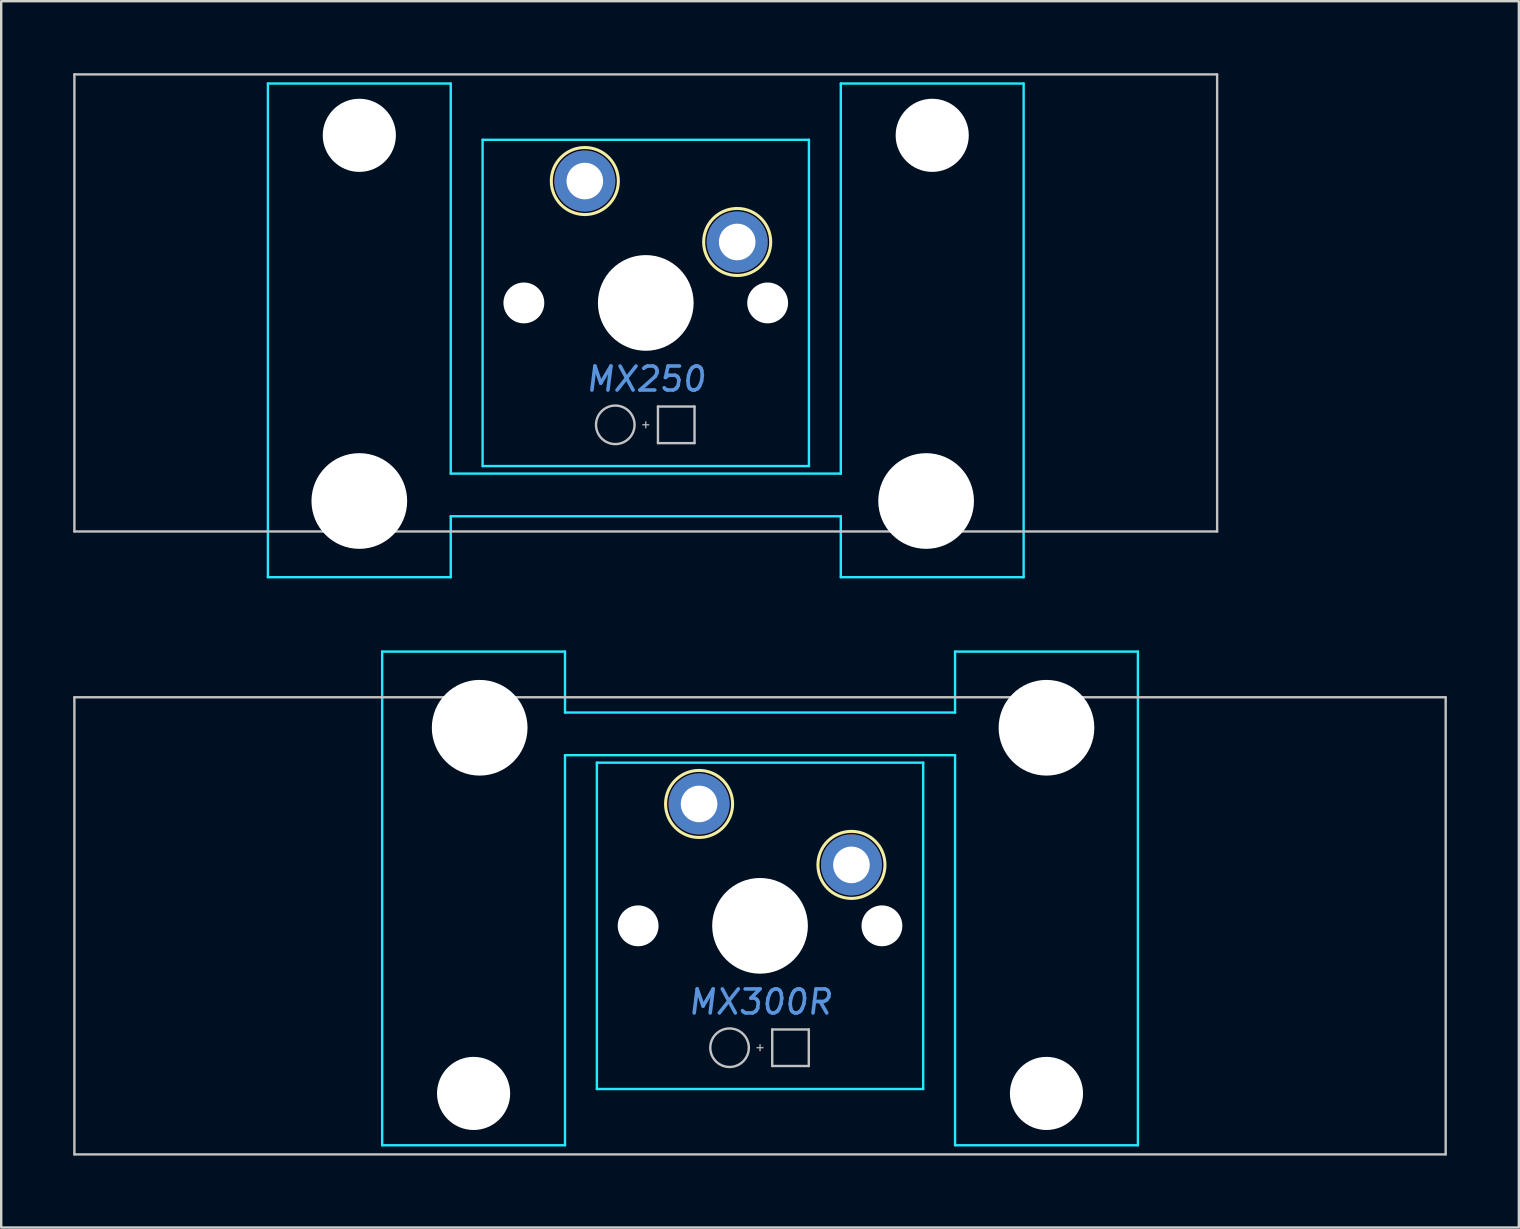
<source format=kicad_pcb>
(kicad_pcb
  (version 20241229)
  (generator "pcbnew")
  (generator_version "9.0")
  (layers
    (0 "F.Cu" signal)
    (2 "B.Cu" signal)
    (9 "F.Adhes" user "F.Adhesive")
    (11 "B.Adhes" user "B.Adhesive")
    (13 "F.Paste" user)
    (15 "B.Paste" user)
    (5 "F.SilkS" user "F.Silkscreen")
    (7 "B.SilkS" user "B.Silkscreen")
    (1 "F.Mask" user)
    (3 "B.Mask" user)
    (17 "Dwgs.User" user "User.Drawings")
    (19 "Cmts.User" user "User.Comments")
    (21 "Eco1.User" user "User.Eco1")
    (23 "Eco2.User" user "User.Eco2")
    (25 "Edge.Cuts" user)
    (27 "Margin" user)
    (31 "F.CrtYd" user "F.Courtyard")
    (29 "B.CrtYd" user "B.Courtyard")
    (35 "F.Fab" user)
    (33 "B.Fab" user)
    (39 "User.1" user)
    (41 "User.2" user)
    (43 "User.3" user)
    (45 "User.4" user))
  (footprint "MX300R"
    (layer "F.Cu")
    (at 28.625 35.535)
    (property "Reference" "MX300R" (at 0 3.175 0) (layer "Cmts.User") (effects (font (size 1 1) (thickness 0.15) (italic yes))))
    (attr through_hole)
    (fp_circle (center -2.54 -5.08) (end -1.143 -5.08) (stroke (width 0.127) (type solid)) (fill no) (layer "F.SilkS"))
    (fp_circle (center 3.81 -2.54) (end 5.207 -2.54) (stroke (width 0.127) (type solid)) (fill no) (layer "F.SilkS"))
    (fp_line (start -28.575 -9.525) (end -28.575 9.525) (stroke (width 0.1) (type solid)) (layer "Dwgs.User"))
    (fp_line (start -28.575 -9.525) (end 28.575 -9.525) (stroke (width 0.1) (type solid)) (layer "Dwgs.User"))
    (fp_line (start -28.575 9.525) (end 28.575 9.525) (stroke (width 0.1) (type solid)) (layer "Dwgs.User"))
    (fp_line (start -0.127 5.08) (end 0.127 5.08) (stroke (width 0.05) (type solid)) (layer "Dwgs.User"))
    (fp_line (start 0 5.207) (end 0 4.953) (stroke (width 0.05) (type solid)) (layer "Dwgs.User"))
    (fp_line (start 0.508 4.318) (end 0.508 5.842) (stroke (width 0.1) (type solid)) (layer "Dwgs.User"))
    (fp_line (start 0.508 4.318) (end 2.032 4.318) (stroke (width 0.1) (type solid)) (layer "Dwgs.User"))
    (fp_line (start 0.508 5.842) (end 2.032 5.842) (stroke (width 0.1) (type solid)) (layer "Dwgs.User"))
    (fp_line (start 2.032 5.842) (end 2.032 4.318) (stroke (width 0.1) (type solid)) (layer "Dwgs.User"))
    (fp_line (start 28.575 -9.525) (end 28.575 9.525) (stroke (width 0.1) (type solid)) (layer "Dwgs.User"))
    (fp_circle (center -1.27 5.08) (end -0.467 5.08) (stroke (width 0.1) (type solid)) (fill no) (layer "Dwgs.User"))
    (fp_line (start -15.748 -11.43) (end -8.128 -11.43) (stroke (width 0.1) (type solid)) (layer "B.CrtYd"))
    (fp_line (start -15.748 9.144) (end -15.748 -11.43) (stroke (width 0.1) (type solid)) (layer "B.CrtYd"))
    (fp_line (start -8.128 -11.43) (end -8.128 -8.89) (stroke (width 0.1) (type solid)) (layer "B.CrtYd"))
    (fp_line (start -8.128 9.144) (end -15.748 9.144) (stroke (width 0.1) (type solid)) (layer "B.CrtYd"))
    (fp_line (start -8.128 9.144) (end -8.128 -7.112) (stroke (width 0.1) (type solid)) (layer "B.CrtYd"))
    (fp_line (start -6.8 6.8) (end -6.8 -6.8) (stroke (width 0.1) (type solid)) (layer "B.CrtYd"))
    (fp_line (start 6.8 -6.8) (end -6.8 -6.8) (stroke (width 0.1) (type solid)) (layer "B.CrtYd"))
    (fp_line (start 6.8 6.8) (end -6.8 6.8) (stroke (width 0.1) (type solid)) (layer "B.CrtYd"))
    (fp_line (start 6.8 6.8) (end 6.8 -6.8) (stroke (width 0.1) (type solid)) (layer "B.CrtYd"))
    (fp_line (start 8.128 -11.43) (end 8.128 -8.89) (stroke (width 0.1) (type solid)) (layer "B.CrtYd"))
    (fp_line (start 8.128 -11.43) (end 15.748 -11.43) (stroke (width 0.1) (type solid)) (layer "B.CrtYd"))
    (fp_line (start 8.128 -8.89) (end -8.128 -8.89) (stroke (width 0.1) (type solid)) (layer "B.CrtYd"))
    (fp_line (start 8.128 -7.112) (end -8.128 -7.112) (stroke (width 0.1) (type solid)) (layer "B.CrtYd"))
    (fp_line (start 8.128 9.144) (end 8.128 -7.112) (stroke (width 0.1) (type solid)) (layer "B.CrtYd"))
    (fp_line (start 15.748 -11.43) (end 15.748 9.144) (stroke (width 0.1) (type solid)) (layer "B.CrtYd"))
    (fp_line (start 15.748 9.144) (end 8.128 9.144) (stroke (width 0.1) (type solid)) (layer "B.CrtYd"))
    (pad "" np_thru_hole circle (at -11.938 6.985 180) (size 3.048 3.048) (drill 3.048) (layers "*.Cu" "*.Mask"))
    (pad "" np_thru_hole circle (at -11.684 -8.255 180) (size 3.988 3.988) (drill 3.988) (layers "*.Cu" "*.Mask"))
    (pad "" np_thru_hole circle (at -5.08 0) (size 1.702 1.702) (drill 1.702) (layers "*.Cu" "*.Mask"))
    (pad "" np_thru_hole circle (at 0 0) (size 3.988 3.988) (drill 3.988) (layers "*.Cu" "*.Mask"))
    (pad "" np_thru_hole circle (at 5.08 0) (size 1.702 1.702) (drill 1.702) (layers "*.Cu" "*.Mask"))
    (pad "" np_thru_hole circle (at 11.938 -8.255 180) (size 3.988 3.988) (drill 3.988) (layers "*.Cu" "*.Mask"))
    (pad "" np_thru_hole circle (at 11.938 6.985 180) (size 3.048 3.048) (drill 3.048) (layers "*.Cu" "*.Mask"))
    (pad "1" thru_hole circle (at -2.54 -5.08) (size 2.54 2.54) (drill 1.524) (layers "*.Cu" "*.Mask"))
    (pad "2" thru_hole circle (at 3.81 -2.54) (size 2.54 2.54) (drill 1.524) (layers "*.Cu" "*.Mask")))
  (footprint "MX250"
    (layer "F.Cu")
    (at 23.863 9.575)
    (property "Reference" "MX250" (at 0 3.175 0) (layer "Cmts.User") (effects (font (size 1 1) (thickness 0.15) (italic yes))))
    (attr through_hole)
    (fp_circle (center -2.54 -5.08) (end -1.143 -5.08) (stroke (width 0.127) (type solid)) (fill no) (layer "F.SilkS"))
    (fp_circle (center 3.81 -2.54) (end 5.207 -2.54) (stroke (width 0.127) (type solid)) (fill no) (layer "F.SilkS"))
    (fp_line (start -23.812 -9.525) (end -23.812 9.525) (stroke (width 0.1) (type solid)) (layer "Dwgs.User"))
    (fp_line (start -23.812 -9.525) (end 23.812 -9.525) (stroke (width 0.1) (type solid)) (layer "Dwgs.User"))
    (fp_line (start -23.812 9.525) (end 23.812 9.525) (stroke (width 0.1) (type solid)) (layer "Dwgs.User"))
    (fp_line (start -0.127 5.08) (end 0.127 5.08) (stroke (width 0.05) (type solid)) (layer "Dwgs.User"))
    (fp_line (start 0 5.207) (end 0 4.953) (stroke (width 0.05) (type solid)) (layer "Dwgs.User"))
    (fp_line (start 0.508 4.318) (end 0.508 5.842) (stroke (width 0.1) (type solid)) (layer "Dwgs.User"))
    (fp_line (start 0.508 4.318) (end 2.032 4.318) (stroke (width 0.1) (type solid)) (layer "Dwgs.User"))
    (fp_line (start 0.508 5.842) (end 2.032 5.842) (stroke (width 0.1) (type solid)) (layer "Dwgs.User"))
    (fp_line (start 2.032 5.842) (end 2.032 4.318) (stroke (width 0.1) (type solid)) (layer "Dwgs.User"))
    (fp_line (start 23.812 -9.525) (end 23.812 9.525) (stroke (width 0.1) (type solid)) (layer "Dwgs.User"))
    (fp_circle (center -1.27 5.08) (end -0.467 5.08) (stroke (width 0.1) (type solid)) (fill no) (layer "Dwgs.User"))
    (fp_line (start -15.748 -9.144) (end -8.128 -9.144) (stroke (width 0.1) (type solid)) (layer "B.CrtYd"))
    (fp_line (start -15.748 11.43) (end -15.748 -9.144) (stroke (width 0.1) (type solid)) (layer "B.CrtYd"))
    (fp_line (start -8.128 -9.144) (end -8.128 7.112) (stroke (width 0.1) (type solid)) (layer "B.CrtYd"))
    (fp_line (start -8.128 7.112) (end 8.128 7.112) (stroke (width 0.1) (type solid)) (layer "B.CrtYd"))
    (fp_line (start -8.128 8.89) (end 8.128 8.89) (stroke (width 0.1) (type solid)) (layer "B.CrtYd"))
    (fp_line (start -8.128 11.43) (end -15.748 11.43) (stroke (width 0.1) (type solid)) (layer "B.CrtYd"))
    (fp_line (start -8.128 11.43) (end -8.128 8.89) (stroke (width 0.1) (type solid)) (layer "B.CrtYd"))
    (fp_line (start -6.8 6.8) (end -6.8 -6.8) (stroke (width 0.1) (type solid)) (layer "B.CrtYd"))
    (fp_line (start 6.8 -6.8) (end -6.8 -6.8) (stroke (width 0.1) (type solid)) (layer "B.CrtYd"))
    (fp_line (start 6.8 6.8) (end -6.8 6.8) (stroke (width 0.1) (type solid)) (layer "B.CrtYd"))
    (fp_line (start 6.8 6.8) (end 6.8 -6.8) (stroke (width 0.1) (type solid)) (layer "B.CrtYd"))
    (fp_line (start 8.128 -9.144) (end 8.128 7.112) (stroke (width 0.1) (type solid)) (layer "B.CrtYd"))
    (fp_line (start 8.128 -9.144) (end 15.748 -9.144) (stroke (width 0.1) (type solid)) (layer "B.CrtYd"))
    (fp_line (start 8.128 11.43) (end 8.128 8.89) (stroke (width 0.1) (type solid)) (layer "B.CrtYd"))
    (fp_line (start 15.748 -9.144) (end 15.748 11.43) (stroke (width 0.1) (type solid)) (layer "B.CrtYd"))
    (fp_line (start 15.748 11.43) (end 8.128 11.43) (stroke (width 0.1) (type solid)) (layer "B.CrtYd"))
    (pad "" np_thru_hole circle (at -11.938 -6.985) (size 3.048 3.048) (drill 3.048) (layers "*.Cu" "*.Mask"))
    (pad "" np_thru_hole circle (at -11.938 8.255) (size 3.988 3.988) (drill 3.988) (layers "*.Cu" "*.Mask"))
    (pad "" np_thru_hole circle (at -5.08 0) (size 1.702 1.702) (drill 1.702) (layers "*.Cu" "*.Mask"))
    (pad "" np_thru_hole circle (at 0 0) (size 3.988 3.988) (drill 3.988) (layers "*.Cu" "*.Mask"))
    (pad "" np_thru_hole circle (at 5.08 0) (size 1.702 1.702) (drill 1.702) (layers "*.Cu" "*.Mask"))
    (pad "" np_thru_hole circle (at 11.684 8.255) (size 3.988 3.988) (drill 3.988) (layers "*.Cu" "*.Mask"))
    (pad "" np_thru_hole circle (at 11.938 -6.985) (size 3.048 3.048) (drill 3.048) (layers "*.Cu" "*.Mask"))
    (pad "1" thru_hole circle (at -2.54 -5.08) (size 2.54 2.54) (drill 1.524) (layers "*.Cu" "*.Mask"))
    (pad "2" thru_hole circle (at 3.81 -2.54) (size 2.54 2.54) (drill 1.524) (layers "*.Cu" "*.Mask")))
  (gr_rect
    (start -3 -3)
    (end 60.25 48.11)
    (stroke (width 0.1) (type default))
    (fill no)
    (layer "Edge.Cuts")))
</source>
